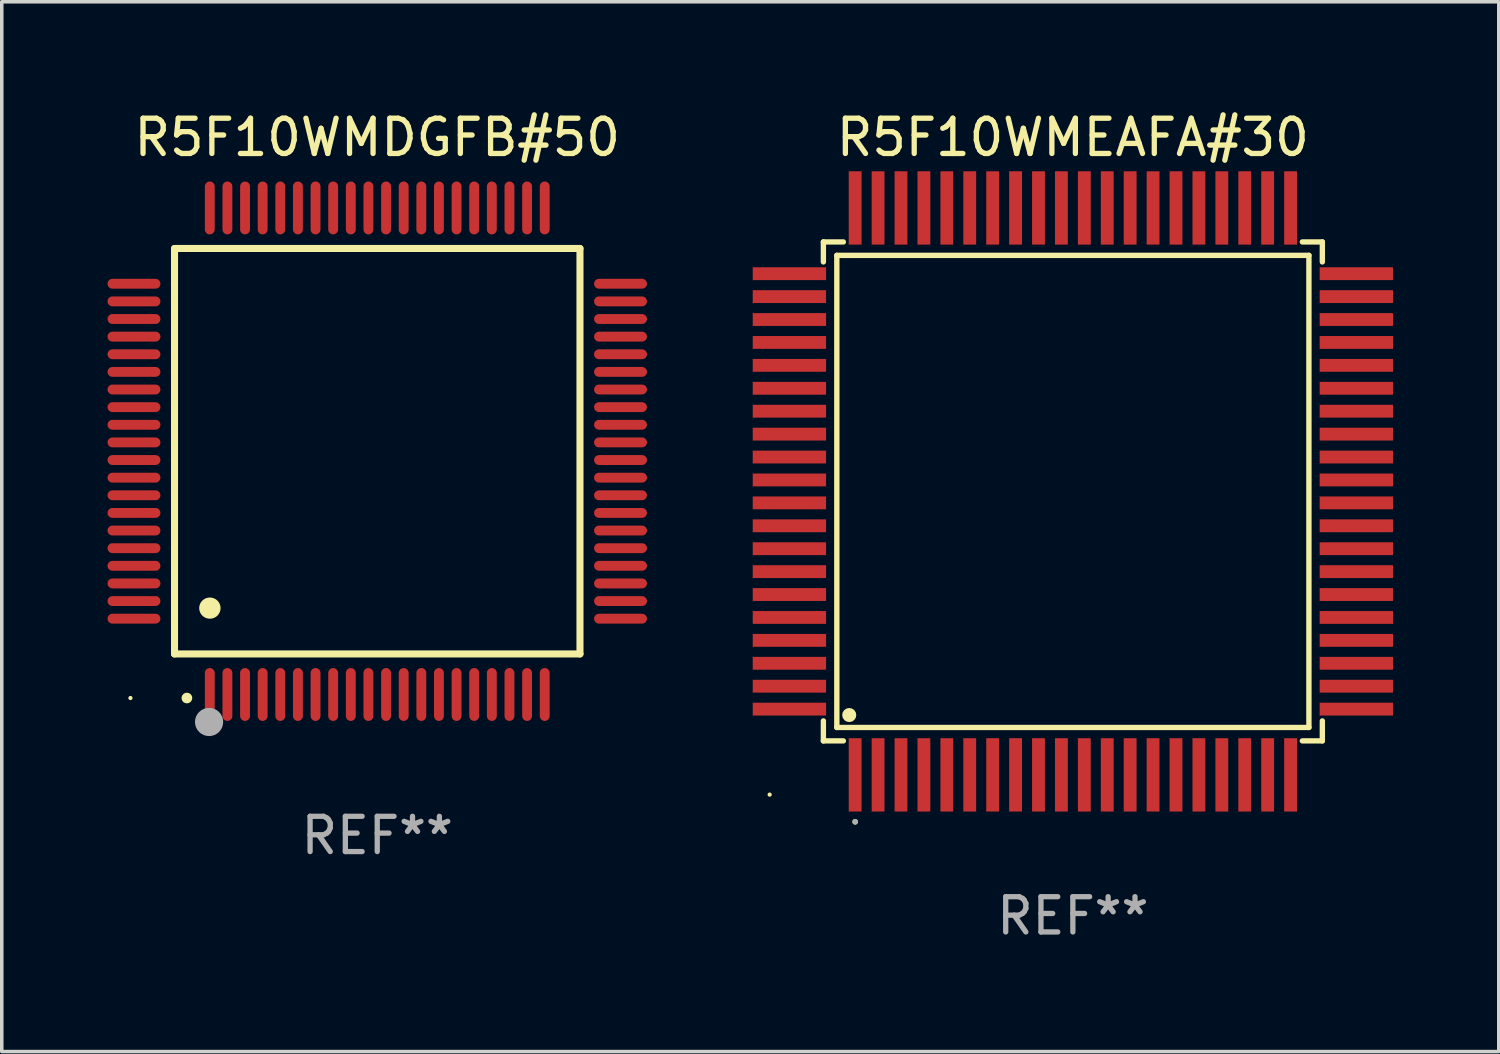
<source format=kicad_pcb>
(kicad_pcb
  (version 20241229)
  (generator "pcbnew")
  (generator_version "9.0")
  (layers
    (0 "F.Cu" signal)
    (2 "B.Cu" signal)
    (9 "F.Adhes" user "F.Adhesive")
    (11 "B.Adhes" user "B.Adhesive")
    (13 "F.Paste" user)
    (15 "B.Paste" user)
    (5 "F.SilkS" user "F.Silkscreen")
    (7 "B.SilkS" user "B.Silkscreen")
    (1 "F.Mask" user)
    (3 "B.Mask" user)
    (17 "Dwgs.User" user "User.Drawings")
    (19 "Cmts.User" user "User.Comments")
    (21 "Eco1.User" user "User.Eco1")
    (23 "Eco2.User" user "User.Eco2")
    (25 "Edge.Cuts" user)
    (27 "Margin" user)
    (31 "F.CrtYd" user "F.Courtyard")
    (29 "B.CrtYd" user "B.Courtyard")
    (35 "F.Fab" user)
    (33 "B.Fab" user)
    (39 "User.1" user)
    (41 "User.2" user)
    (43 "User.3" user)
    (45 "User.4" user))
  (footprint "R5F10WMEAFA#30"
    (layer "F.Cu")
    (at 27.38 10.888)
    (property "Reference" "R5F10WMEAFA#30" (at 0 -10.04 0) (layer "F.SilkS") (effects (font (size 1 1) (thickness 0.15))))
    (attr through_hole)
    (fp_line (start -7.076 -7.076) (end -7.076 -6.509) (stroke (width 0.152) (type solid)) (layer "F.SilkS"))
    (fp_line (start -7.076 7.076) (end -7.076 6.509) (stroke (width 0.152) (type solid)) (layer "F.SilkS"))
    (fp_line (start -6.695 -6.695) (end 6.695 -6.695) (stroke (width 0.152) (type solid)) (layer "F.SilkS"))
    (fp_line (start -6.695 6.695) (end -6.695 -6.695) (stroke (width 0.152) (type solid)) (layer "F.SilkS"))
    (fp_line (start -6.509 -7.076) (end -7.076 -7.076) (stroke (width 0.152) (type solid)) (layer "F.SilkS"))
    (fp_line (start -6.509 7.076) (end -7.076 7.076) (stroke (width 0.152) (type solid)) (layer "F.SilkS"))
    (fp_line (start 6.509 -7.076) (end 7.076 -7.076) (stroke (width 0.152) (type solid)) (layer "F.SilkS"))
    (fp_line (start 6.509 7.076) (end 7.076 7.076) (stroke (width 0.152) (type solid)) (layer "F.SilkS"))
    (fp_line (start 6.695 -6.695) (end 6.695 6.695) (stroke (width 0.152) (type solid)) (layer "F.SilkS"))
    (fp_line (start 6.695 6.695) (end -6.695 6.695) (stroke (width 0.152) (type solid)) (layer "F.SilkS"))
    (fp_line (start 7.076 -7.076) (end 7.076 -6.509) (stroke (width 0.152) (type solid)) (layer "F.SilkS"))
    (fp_line (start 7.076 7.076) (end 7.076 6.509) (stroke (width 0.152) (type solid)) (layer "F.SilkS"))
    (fp_circle (center -8.6 8.6) (end -8.57 8.6) (stroke (width 0.06) (type solid)) (fill no) (layer "F.SilkS"))
    (fp_circle (center -6.343 6.343) (end -6.243 6.343) (stroke (width 0.2) (type solid)) (fill no) (layer "F.SilkS"))
    (fp_circle (center -6.175 9.371) (end -6.135 9.371) (stroke (width 0.08) (type solid)) (fill no) (layer "F.SilkS"))
    (fp_circle (center -6.175 9.371) (end -6.135 9.371) (stroke (width 0.08) (type solid)) (fill no) (layer "F.Fab"))
    (fp_text user "REF**" (at 0 12.04 0) (layer "F.Fab") (effects (font (size 1 1) (thickness 0.15))))
    (pad "1" smd rect (at -6.175 8.04) (size 0.364 2.08) (layers "F.Cu" "F.Mask" "F.Paste"))
    (pad "2" smd rect (at -5.525 8.04) (size 0.364 2.08) (layers "F.Cu" "F.Mask" "F.Paste"))
    (pad "3" smd rect (at -4.875 8.04) (size 0.364 2.08) (layers "F.Cu" "F.Mask" "F.Paste"))
    (pad "4" smd rect (at -4.225 8.04) (size 0.364 2.08) (layers "F.Cu" "F.Mask" "F.Paste"))
    (pad "5" smd rect (at -3.575 8.04) (size 0.364 2.08) (layers "F.Cu" "F.Mask" "F.Paste"))
    (pad "6" smd rect (at -2.925 8.04) (size 0.364 2.08) (layers "F.Cu" "F.Mask" "F.Paste"))
    (pad "7" smd rect (at -2.275 8.04) (size 0.364 2.08) (layers "F.Cu" "F.Mask" "F.Paste"))
    (pad "8" smd rect (at -1.625 8.04) (size 0.364 2.08) (layers "F.Cu" "F.Mask" "F.Paste"))
    (pad "9" smd rect (at -0.975 8.04) (size 0.364 2.08) (layers "F.Cu" "F.Mask" "F.Paste"))
    (pad "10" smd rect (at -0.325 8.04) (size 0.364 2.08) (layers "F.Cu" "F.Mask" "F.Paste"))
    (pad "11" smd rect (at 0.325 8.04) (size 0.364 2.08) (layers "F.Cu" "F.Mask" "F.Paste"))
    (pad "12" smd rect (at 0.975 8.04) (size 0.364 2.08) (layers "F.Cu" "F.Mask" "F.Paste"))
    (pad "13" smd rect (at 1.625 8.04) (size 0.364 2.08) (layers "F.Cu" "F.Mask" "F.Paste"))
    (pad "14" smd rect (at 2.275 8.04) (size 0.364 2.08) (layers "F.Cu" "F.Mask" "F.Paste"))
    (pad "15" smd rect (at 2.925 8.04) (size 0.364 2.08) (layers "F.Cu" "F.Mask" "F.Paste"))
    (pad "16" smd rect (at 3.575 8.04) (size 0.364 2.08) (layers "F.Cu" "F.Mask" "F.Paste"))
    (pad "17" smd rect (at 4.225 8.04) (size 0.364 2.08) (layers "F.Cu" "F.Mask" "F.Paste"))
    (pad "18" smd rect (at 4.875 8.04) (size 0.364 2.08) (layers "F.Cu" "F.Mask" "F.Paste"))
    (pad "19" smd rect (at 5.525 8.04) (size 0.364 2.08) (layers "F.Cu" "F.Mask" "F.Paste"))
    (pad "20" smd rect (at 6.175 8.04) (size 0.364 2.08) (layers "F.Cu" "F.Mask" "F.Paste"))
    (pad "21" smd rect (at 8.04 6.175) (size 2.08 0.364) (layers "F.Cu" "F.Mask" "F.Paste"))
    (pad "22" smd rect (at 8.04 5.525) (size 2.08 0.364) (layers "F.Cu" "F.Mask" "F.Paste"))
    (pad "23" smd rect (at 8.04 4.875) (size 2.08 0.364) (layers "F.Cu" "F.Mask" "F.Paste"))
    (pad "24" smd rect (at 8.04 4.225) (size 2.08 0.364) (layers "F.Cu" "F.Mask" "F.Paste"))
    (pad "25" smd rect (at 8.04 3.575) (size 2.08 0.364) (layers "F.Cu" "F.Mask" "F.Paste"))
    (pad "26" smd rect (at 8.04 2.925) (size 2.08 0.364) (layers "F.Cu" "F.Mask" "F.Paste"))
    (pad "27" smd rect (at 8.04 2.275) (size 2.08 0.364) (layers "F.Cu" "F.Mask" "F.Paste"))
    (pad "28" smd rect (at 8.04 1.625) (size 2.08 0.364) (layers "F.Cu" "F.Mask" "F.Paste"))
    (pad "29" smd rect (at 8.04 0.975) (size 2.08 0.364) (layers "F.Cu" "F.Mask" "F.Paste"))
    (pad "30" smd rect (at 8.04 0.325) (size 2.08 0.364) (layers "F.Cu" "F.Mask" "F.Paste"))
    (pad "31" smd rect (at 8.04 -0.325) (size 2.08 0.364) (layers "F.Cu" "F.Mask" "F.Paste"))
    (pad "32" smd rect (at 8.04 -0.975) (size 2.08 0.364) (layers "F.Cu" "F.Mask" "F.Paste"))
    (pad "33" smd rect (at 8.04 -1.625) (size 2.08 0.364) (layers "F.Cu" "F.Mask" "F.Paste"))
    (pad "34" smd rect (at 8.04 -2.275) (size 2.08 0.364) (layers "F.Cu" "F.Mask" "F.Paste"))
    (pad "35" smd rect (at 8.04 -2.925) (size 2.08 0.364) (layers "F.Cu" "F.Mask" "F.Paste"))
    (pad "36" smd rect (at 8.04 -3.575) (size 2.08 0.364) (layers "F.Cu" "F.Mask" "F.Paste"))
    (pad "37" smd rect (at 8.04 -4.225) (size 2.08 0.364) (layers "F.Cu" "F.Mask" "F.Paste"))
    (pad "38" smd rect (at 8.04 -4.875) (size 2.08 0.364) (layers "F.Cu" "F.Mask" "F.Paste"))
    (pad "39" smd rect (at 8.04 -5.525) (size 2.08 0.364) (layers "F.Cu" "F.Mask" "F.Paste"))
    (pad "40" smd rect (at 8.04 -6.175) (size 2.08 0.364) (layers "F.Cu" "F.Mask" "F.Paste"))
    (pad "41" smd rect (at 6.175 -8.04) (size 0.364 2.08) (layers "F.Cu" "F.Mask" "F.Paste"))
    (pad "42" smd rect (at 5.525 -8.04) (size 0.364 2.08) (layers "F.Cu" "F.Mask" "F.Paste"))
    (pad "43" smd rect (at 4.875 -8.04) (size 0.364 2.08) (layers "F.Cu" "F.Mask" "F.Paste"))
    (pad "44" smd rect (at 4.225 -8.04) (size 0.364 2.08) (layers "F.Cu" "F.Mask" "F.Paste"))
    (pad "45" smd rect (at 3.575 -8.04) (size 0.364 2.08) (layers "F.Cu" "F.Mask" "F.Paste"))
    (pad "46" smd rect (at 2.925 -8.04) (size 0.364 2.08) (layers "F.Cu" "F.Mask" "F.Paste"))
    (pad "47" smd rect (at 2.275 -8.04) (size 0.364 2.08) (layers "F.Cu" "F.Mask" "F.Paste"))
    (pad "48" smd rect (at 1.625 -8.04) (size 0.364 2.08) (layers "F.Cu" "F.Mask" "F.Paste"))
    (pad "49" smd rect (at 0.975 -8.04) (size 0.364 2.08) (layers "F.Cu" "F.Mask" "F.Paste"))
    (pad "50" smd rect (at 0.325 -8.04) (size 0.364 2.08) (layers "F.Cu" "F.Mask" "F.Paste"))
    (pad "51" smd rect (at -0.325 -8.04) (size 0.364 2.08) (layers "F.Cu" "F.Mask" "F.Paste"))
    (pad "52" smd rect (at -0.975 -8.04) (size 0.364 2.08) (layers "F.Cu" "F.Mask" "F.Paste"))
    (pad "53" smd rect (at -1.625 -8.04) (size 0.364 2.08) (layers "F.Cu" "F.Mask" "F.Paste"))
    (pad "54" smd rect (at -2.275 -8.04) (size 0.364 2.08) (layers "F.Cu" "F.Mask" "F.Paste"))
    (pad "55" smd rect (at -2.925 -8.04) (size 0.364 2.08) (layers "F.Cu" "F.Mask" "F.Paste"))
    (pad "56" smd rect (at -3.575 -8.04) (size 0.364 2.08) (layers "F.Cu" "F.Mask" "F.Paste"))
    (pad "57" smd rect (at -4.225 -8.04) (size 0.364 2.08) (layers "F.Cu" "F.Mask" "F.Paste"))
    (pad "58" smd rect (at -4.875 -8.04) (size 0.364 2.08) (layers "F.Cu" "F.Mask" "F.Paste"))
    (pad "59" smd rect (at -5.525 -8.04) (size 0.364 2.08) (layers "F.Cu" "F.Mask" "F.Paste"))
    (pad "60" smd rect (at -6.175 -8.04) (size 0.364 2.08) (layers "F.Cu" "F.Mask" "F.Paste"))
    (pad "61" smd rect (at -8.04 -6.175) (size 2.08 0.364) (layers "F.Cu" "F.Mask" "F.Paste"))
    (pad "62" smd rect (at -8.04 -5.525) (size 2.08 0.364) (layers "F.Cu" "F.Mask" "F.Paste"))
    (pad "63" smd rect (at -8.04 -4.875) (size 2.08 0.364) (layers "F.Cu" "F.Mask" "F.Paste"))
    (pad "64" smd rect (at -8.04 -4.225) (size 2.08 0.364) (layers "F.Cu" "F.Mask" "F.Paste"))
    (pad "65" smd rect (at -8.04 -3.575) (size 2.08 0.364) (layers "F.Cu" "F.Mask" "F.Paste"))
    (pad "66" smd rect (at -8.04 -2.925) (size 2.08 0.364) (layers "F.Cu" "F.Mask" "F.Paste"))
    (pad "67" smd rect (at -8.04 -2.275) (size 2.08 0.364) (layers "F.Cu" "F.Mask" "F.Paste"))
    (pad "68" smd rect (at -8.04 -1.625) (size 2.08 0.364) (layers "F.Cu" "F.Mask" "F.Paste"))
    (pad "69" smd rect (at -8.04 -0.975) (size 2.08 0.364) (layers "F.Cu" "F.Mask" "F.Paste"))
    (pad "70" smd rect (at -8.04 -0.325) (size 2.08 0.364) (layers "F.Cu" "F.Mask" "F.Paste"))
    (pad "71" smd rect (at -8.04 0.325) (size 2.08 0.364) (layers "F.Cu" "F.Mask" "F.Paste"))
    (pad "72" smd rect (at -8.04 0.975) (size 2.08 0.364) (layers "F.Cu" "F.Mask" "F.Paste"))
    (pad "73" smd rect (at -8.04 1.625) (size 2.08 0.364) (layers "F.Cu" "F.Mask" "F.Paste"))
    (pad "74" smd rect (at -8.04 2.275) (size 2.08 0.364) (layers "F.Cu" "F.Mask" "F.Paste"))
    (pad "75" smd rect (at -8.04 2.925) (size 2.08 0.364) (layers "F.Cu" "F.Mask" "F.Paste"))
    (pad "76" smd rect (at -8.04 3.575) (size 2.08 0.364) (layers "F.Cu" "F.Mask" "F.Paste"))
    (pad "77" smd rect (at -8.04 4.225) (size 2.08 0.364) (layers "F.Cu" "F.Mask" "F.Paste"))
    (pad "78" smd rect (at -8.04 4.875) (size 2.08 0.364) (layers "F.Cu" "F.Mask" "F.Paste"))
    (pad "79" smd rect (at -8.04 5.525) (size 2.08 0.364) (layers "F.Cu" "F.Mask" "F.Paste"))
    (pad "80" smd rect (at -8.04 6.175) (size 2.08 0.364) (layers "F.Cu" "F.Mask" "F.Paste")))
  (footprint "R5F10WMDGFB#50"
    (layer "F.Cu")
    (at 7.65 9.748)
    (property "Reference" "R5F10WMDGFB#50" (at 0 -8.9 0) (layer "F.SilkS") (effects (font (size 1 1) (thickness 0.15))))
    (attr through_hole)
    (fp_line (start -5.75 -5.75) (end 5.75 -5.75) (stroke (width 0.2) (type solid)) (layer "F.SilkS"))
    (fp_line (start -5.75 5.75) (end -5.75 -5.75) (stroke (width 0.2) (type solid)) (layer "F.SilkS"))
    (fp_line (start 5.75 -5.75) (end 5.75 5.75) (stroke (width 0.2) (type solid)) (layer "F.SilkS"))
    (fp_line (start 5.75 5.75) (end -5.75 5.75) (stroke (width 0.2) (type solid)) (layer "F.SilkS"))
    (fp_arc (start -5.400051 7.000254) (mid -5.398781 7.000249) (end -5.397511 7.000254) (stroke (width 0.3) (type solid)) (layer "F.SilkS"))
    (fp_arc (start -4.749809 4.450089) (mid -4.747269 4.450078) (end -4.744729 4.450089) (stroke (width 0.6) (type solid)) (layer "F.SilkS"))
    (fp_circle (center -7 7) (end -6.97 7) (stroke (width 0.06) (type solid)) (fill no) (layer "F.SilkS"))
    (fp_circle (center -4.77 7.68) (end -4.57 7.68) (stroke (width 0.4) (type solid)) (fill no) (layer "F.Fab"))
    (fp_text user "REF**" (at 0 10.9 0) (layer "F.Fab") (effects (font (size 1 1) (thickness 0.15))))
    (pad "1" smd oval (at -4.75 6.9) (size 0.28 1.5) (layers "F.Cu" "F.Mask" "F.Paste"))
    (pad "2" smd oval (at -4.25 6.9) (size 0.28 1.5) (layers "F.Cu" "F.Mask" "F.Paste"))
    (pad "3" smd oval (at -3.75 6.9) (size 0.28 1.5) (layers "F.Cu" "F.Mask" "F.Paste"))
    (pad "4" smd oval (at -3.25 6.9) (size 0.28 1.5) (layers "F.Cu" "F.Mask" "F.Paste"))
    (pad "5" smd oval (at -2.75 6.9) (size 0.28 1.5) (layers "F.Cu" "F.Mask" "F.Paste"))
    (pad "6" smd oval (at -2.25 6.9) (size 0.28 1.5) (layers "F.Cu" "F.Mask" "F.Paste"))
    (pad "7" smd oval (at -1.75 6.9) (size 0.28 1.5) (layers "F.Cu" "F.Mask" "F.Paste"))
    (pad "8" smd oval (at -1.25 6.9) (size 0.28 1.5) (layers "F.Cu" "F.Mask" "F.Paste"))
    (pad "9" smd oval (at -0.75 6.9) (size 0.28 1.5) (layers "F.Cu" "F.Mask" "F.Paste"))
    (pad "10" smd oval (at -0.25 6.9) (size 0.28 1.5) (layers "F.Cu" "F.Mask" "F.Paste"))
    (pad "11" smd oval (at 0.25 6.9) (size 0.28 1.5) (layers "F.Cu" "F.Mask" "F.Paste"))
    (pad "12" smd oval (at 0.75 6.9) (size 0.28 1.5) (layers "F.Cu" "F.Mask" "F.Paste"))
    (pad "13" smd oval (at 1.25 6.9) (size 0.28 1.5) (layers "F.Cu" "F.Mask" "F.Paste"))
    (pad "14" smd oval (at 1.75 6.9) (size 0.28 1.5) (layers "F.Cu" "F.Mask" "F.Paste"))
    (pad "15" smd oval (at 2.25 6.9) (size 0.28 1.5) (layers "F.Cu" "F.Mask" "F.Paste"))
    (pad "16" smd oval (at 2.75 6.9) (size 0.28 1.5) (layers "F.Cu" "F.Mask" "F.Paste"))
    (pad "17" smd oval (at 3.25 6.9) (size 0.28 1.5) (layers "F.Cu" "F.Mask" "F.Paste"))
    (pad "18" smd oval (at 3.75 6.9) (size 0.28 1.5) (layers "F.Cu" "F.Mask" "F.Paste"))
    (pad "19" smd oval (at 4.25 6.9) (size 0.28 1.5) (layers "F.Cu" "F.Mask" "F.Paste"))
    (pad "20" smd oval (at 4.75 6.9) (size 0.28 1.5) (layers "F.Cu" "F.Mask" "F.Paste"))
    (pad "21" smd oval (at 6.9 4.75) (size 1.5 0.28) (layers "F.Cu" "F.Mask" "F.Paste"))
    (pad "22" smd oval (at 6.9 4.25) (size 1.5 0.28) (layers "F.Cu" "F.Mask" "F.Paste"))
    (pad "23" smd oval (at 6.9 3.75) (size 1.5 0.28) (layers "F.Cu" "F.Mask" "F.Paste"))
    (pad "24" smd oval (at 6.9 3.25) (size 1.5 0.28) (layers "F.Cu" "F.Mask" "F.Paste"))
    (pad "25" smd oval (at 6.9 2.75) (size 1.5 0.28) (layers "F.Cu" "F.Mask" "F.Paste"))
    (pad "26" smd oval (at 6.9 2.25) (size 1.5 0.28) (layers "F.Cu" "F.Mask" "F.Paste"))
    (pad "27" smd oval (at 6.9 1.75) (size 1.5 0.28) (layers "F.Cu" "F.Mask" "F.Paste"))
    (pad "28" smd oval (at 6.9 1.25) (size 1.5 0.28) (layers "F.Cu" "F.Mask" "F.Paste"))
    (pad "29" smd oval (at 6.9 0.75) (size 1.5 0.28) (layers "F.Cu" "F.Mask" "F.Paste"))
    (pad "30" smd oval (at 6.9 0.25) (size 1.5 0.28) (layers "F.Cu" "F.Mask" "F.Paste"))
    (pad "31" smd oval (at 6.9 -0.25) (size 1.5 0.28) (layers "F.Cu" "F.Mask" "F.Paste"))
    (pad "32" smd oval (at 6.9 -0.75) (size 1.5 0.28) (layers "F.Cu" "F.Mask" "F.Paste"))
    (pad "33" smd oval (at 6.9 -1.25) (size 1.5 0.28) (layers "F.Cu" "F.Mask" "F.Paste"))
    (pad "34" smd oval (at 6.9 -1.75) (size 1.5 0.28) (layers "F.Cu" "F.Mask" "F.Paste"))
    (pad "35" smd oval (at 6.9 -2.25) (size 1.5 0.28) (layers "F.Cu" "F.Mask" "F.Paste"))
    (pad "36" smd oval (at 6.9 -2.75) (size 1.5 0.28) (layers "F.Cu" "F.Mask" "F.Paste"))
    (pad "37" smd oval (at 6.9 -3.25) (size 1.5 0.28) (layers "F.Cu" "F.Mask" "F.Paste"))
    (pad "38" smd oval (at 6.9 -3.75) (size 1.5 0.28) (layers "F.Cu" "F.Mask" "F.Paste"))
    (pad "39" smd oval (at 6.9 -4.25) (size 1.5 0.28) (layers "F.Cu" "F.Mask" "F.Paste"))
    (pad "40" smd oval (at 6.9 -4.75) (size 1.5 0.28) (layers "F.Cu" "F.Mask" "F.Paste"))
    (pad "41" smd oval (at 4.75 -6.9) (size 0.28 1.5) (layers "F.Cu" "F.Mask" "F.Paste"))
    (pad "42" smd oval (at 4.25 -6.9) (size 0.28 1.5) (layers "F.Cu" "F.Mask" "F.Paste"))
    (pad "43" smd oval (at 3.75 -6.9) (size 0.28 1.5) (layers "F.Cu" "F.Mask" "F.Paste"))
    (pad "44" smd oval (at 3.25 -6.9) (size 0.28 1.5) (layers "F.Cu" "F.Mask" "F.Paste"))
    (pad "45" smd oval (at 2.75 -6.9) (size 0.28 1.5) (layers "F.Cu" "F.Mask" "F.Paste"))
    (pad "46" smd oval (at 2.25 -6.9) (size 0.28 1.5) (layers "F.Cu" "F.Mask" "F.Paste"))
    (pad "47" smd oval (at 1.75 -6.9) (size 0.28 1.5) (layers "F.Cu" "F.Mask" "F.Paste"))
    (pad "48" smd oval (at 1.25 -6.9) (size 0.28 1.5) (layers "F.Cu" "F.Mask" "F.Paste"))
    (pad "49" smd oval (at 0.75 -6.9) (size 0.28 1.5) (layers "F.Cu" "F.Mask" "F.Paste"))
    (pad "50" smd oval (at 0.25 -6.9) (size 0.28 1.5) (layers "F.Cu" "F.Mask" "F.Paste"))
    (pad "51" smd oval (at -0.25 -6.9) (size 0.28 1.5) (layers "F.Cu" "F.Mask" "F.Paste"))
    (pad "52" smd oval (at -0.75 -6.9) (size 0.28 1.5) (layers "F.Cu" "F.Mask" "F.Paste"))
    (pad "53" smd oval (at -1.25 -6.9) (size 0.28 1.5) (layers "F.Cu" "F.Mask" "F.Paste"))
    (pad "54" smd oval (at -1.75 -6.9) (size 0.28 1.5) (layers "F.Cu" "F.Mask" "F.Paste"))
    (pad "55" smd oval (at -2.25 -6.9) (size 0.28 1.5) (layers "F.Cu" "F.Mask" "F.Paste"))
    (pad "56" smd oval (at -2.75 -6.9) (size 0.28 1.5) (layers "F.Cu" "F.Mask" "F.Paste"))
    (pad "57" smd oval (at -3.25 -6.9) (size 0.28 1.5) (layers "F.Cu" "F.Mask" "F.Paste"))
    (pad "58" smd oval (at -3.75 -6.9) (size 0.28 1.5) (layers "F.Cu" "F.Mask" "F.Paste"))
    (pad "59" smd oval (at -4.25 -6.9) (size 0.28 1.5) (layers "F.Cu" "F.Mask" "F.Paste"))
    (pad "60" smd oval (at -4.75 -6.9) (size 0.28 1.5) (layers "F.Cu" "F.Mask" "F.Paste"))
    (pad "61" smd oval (at -6.9 -4.75) (size 1.5 0.28) (layers "F.Cu" "F.Mask" "F.Paste"))
    (pad "62" smd oval (at -6.9 -4.25) (size 1.5 0.28) (layers "F.Cu" "F.Mask" "F.Paste"))
    (pad "63" smd oval (at -6.9 -3.75) (size 1.5 0.28) (layers "F.Cu" "F.Mask" "F.Paste"))
    (pad "64" smd oval (at -6.9 -3.25) (size 1.5 0.28) (layers "F.Cu" "F.Mask" "F.Paste"))
    (pad "65" smd oval (at -6.9 -2.75) (size 1.5 0.28) (layers "F.Cu" "F.Mask" "F.Paste"))
    (pad "66" smd oval (at -6.9 -2.25) (size 1.5 0.28) (layers "F.Cu" "F.Mask" "F.Paste"))
    (pad "67" smd oval (at -6.9 -1.75) (size 1.5 0.28) (layers "F.Cu" "F.Mask" "F.Paste"))
    (pad "68" smd oval (at -6.9 -1.25) (size 1.5 0.28) (layers "F.Cu" "F.Mask" "F.Paste"))
    (pad "69" smd oval (at -6.9 -0.75) (size 1.5 0.28) (layers "F.Cu" "F.Mask" "F.Paste"))
    (pad "70" smd oval (at -6.9 -0.25) (size 1.5 0.28) (layers "F.Cu" "F.Mask" "F.Paste"))
    (pad "71" smd oval (at -6.9 0.25) (size 1.5 0.28) (layers "F.Cu" "F.Mask" "F.Paste"))
    (pad "72" smd oval (at -6.9 0.75) (size 1.5 0.28) (layers "F.Cu" "F.Mask" "F.Paste"))
    (pad "73" smd oval (at -6.9 1.25) (size 1.5 0.28) (layers "F.Cu" "F.Mask" "F.Paste"))
    (pad "74" smd oval (at -6.9 1.75) (size 1.5 0.28) (layers "F.Cu" "F.Mask" "F.Paste"))
    (pad "75" smd oval (at -6.9 2.25) (size 1.5 0.28) (layers "F.Cu" "F.Mask" "F.Paste"))
    (pad "76" smd oval (at -6.9 2.75) (size 1.5 0.28) (layers "F.Cu" "F.Mask" "F.Paste"))
    (pad "77" smd oval (at -6.9 3.25) (size 1.5 0.28) (layers "F.Cu" "F.Mask" "F.Paste"))
    (pad "78" smd oval (at -6.9 3.75) (size 1.5 0.28) (layers "F.Cu" "F.Mask" "F.Paste"))
    (pad "79" smd oval (at -6.9 4.25) (size 1.5 0.28) (layers "F.Cu" "F.Mask" "F.Paste"))
    (pad "80" smd oval (at -6.9 4.75) (size 1.5 0.28) (layers "F.Cu" "F.Mask" "F.Paste")))
  (gr_rect
    (start -3 -3)
    (end 39.46 26.776)
    (stroke (width 0.1) (type default))
    (fill no)
    (layer "Edge.Cuts")))
</source>
